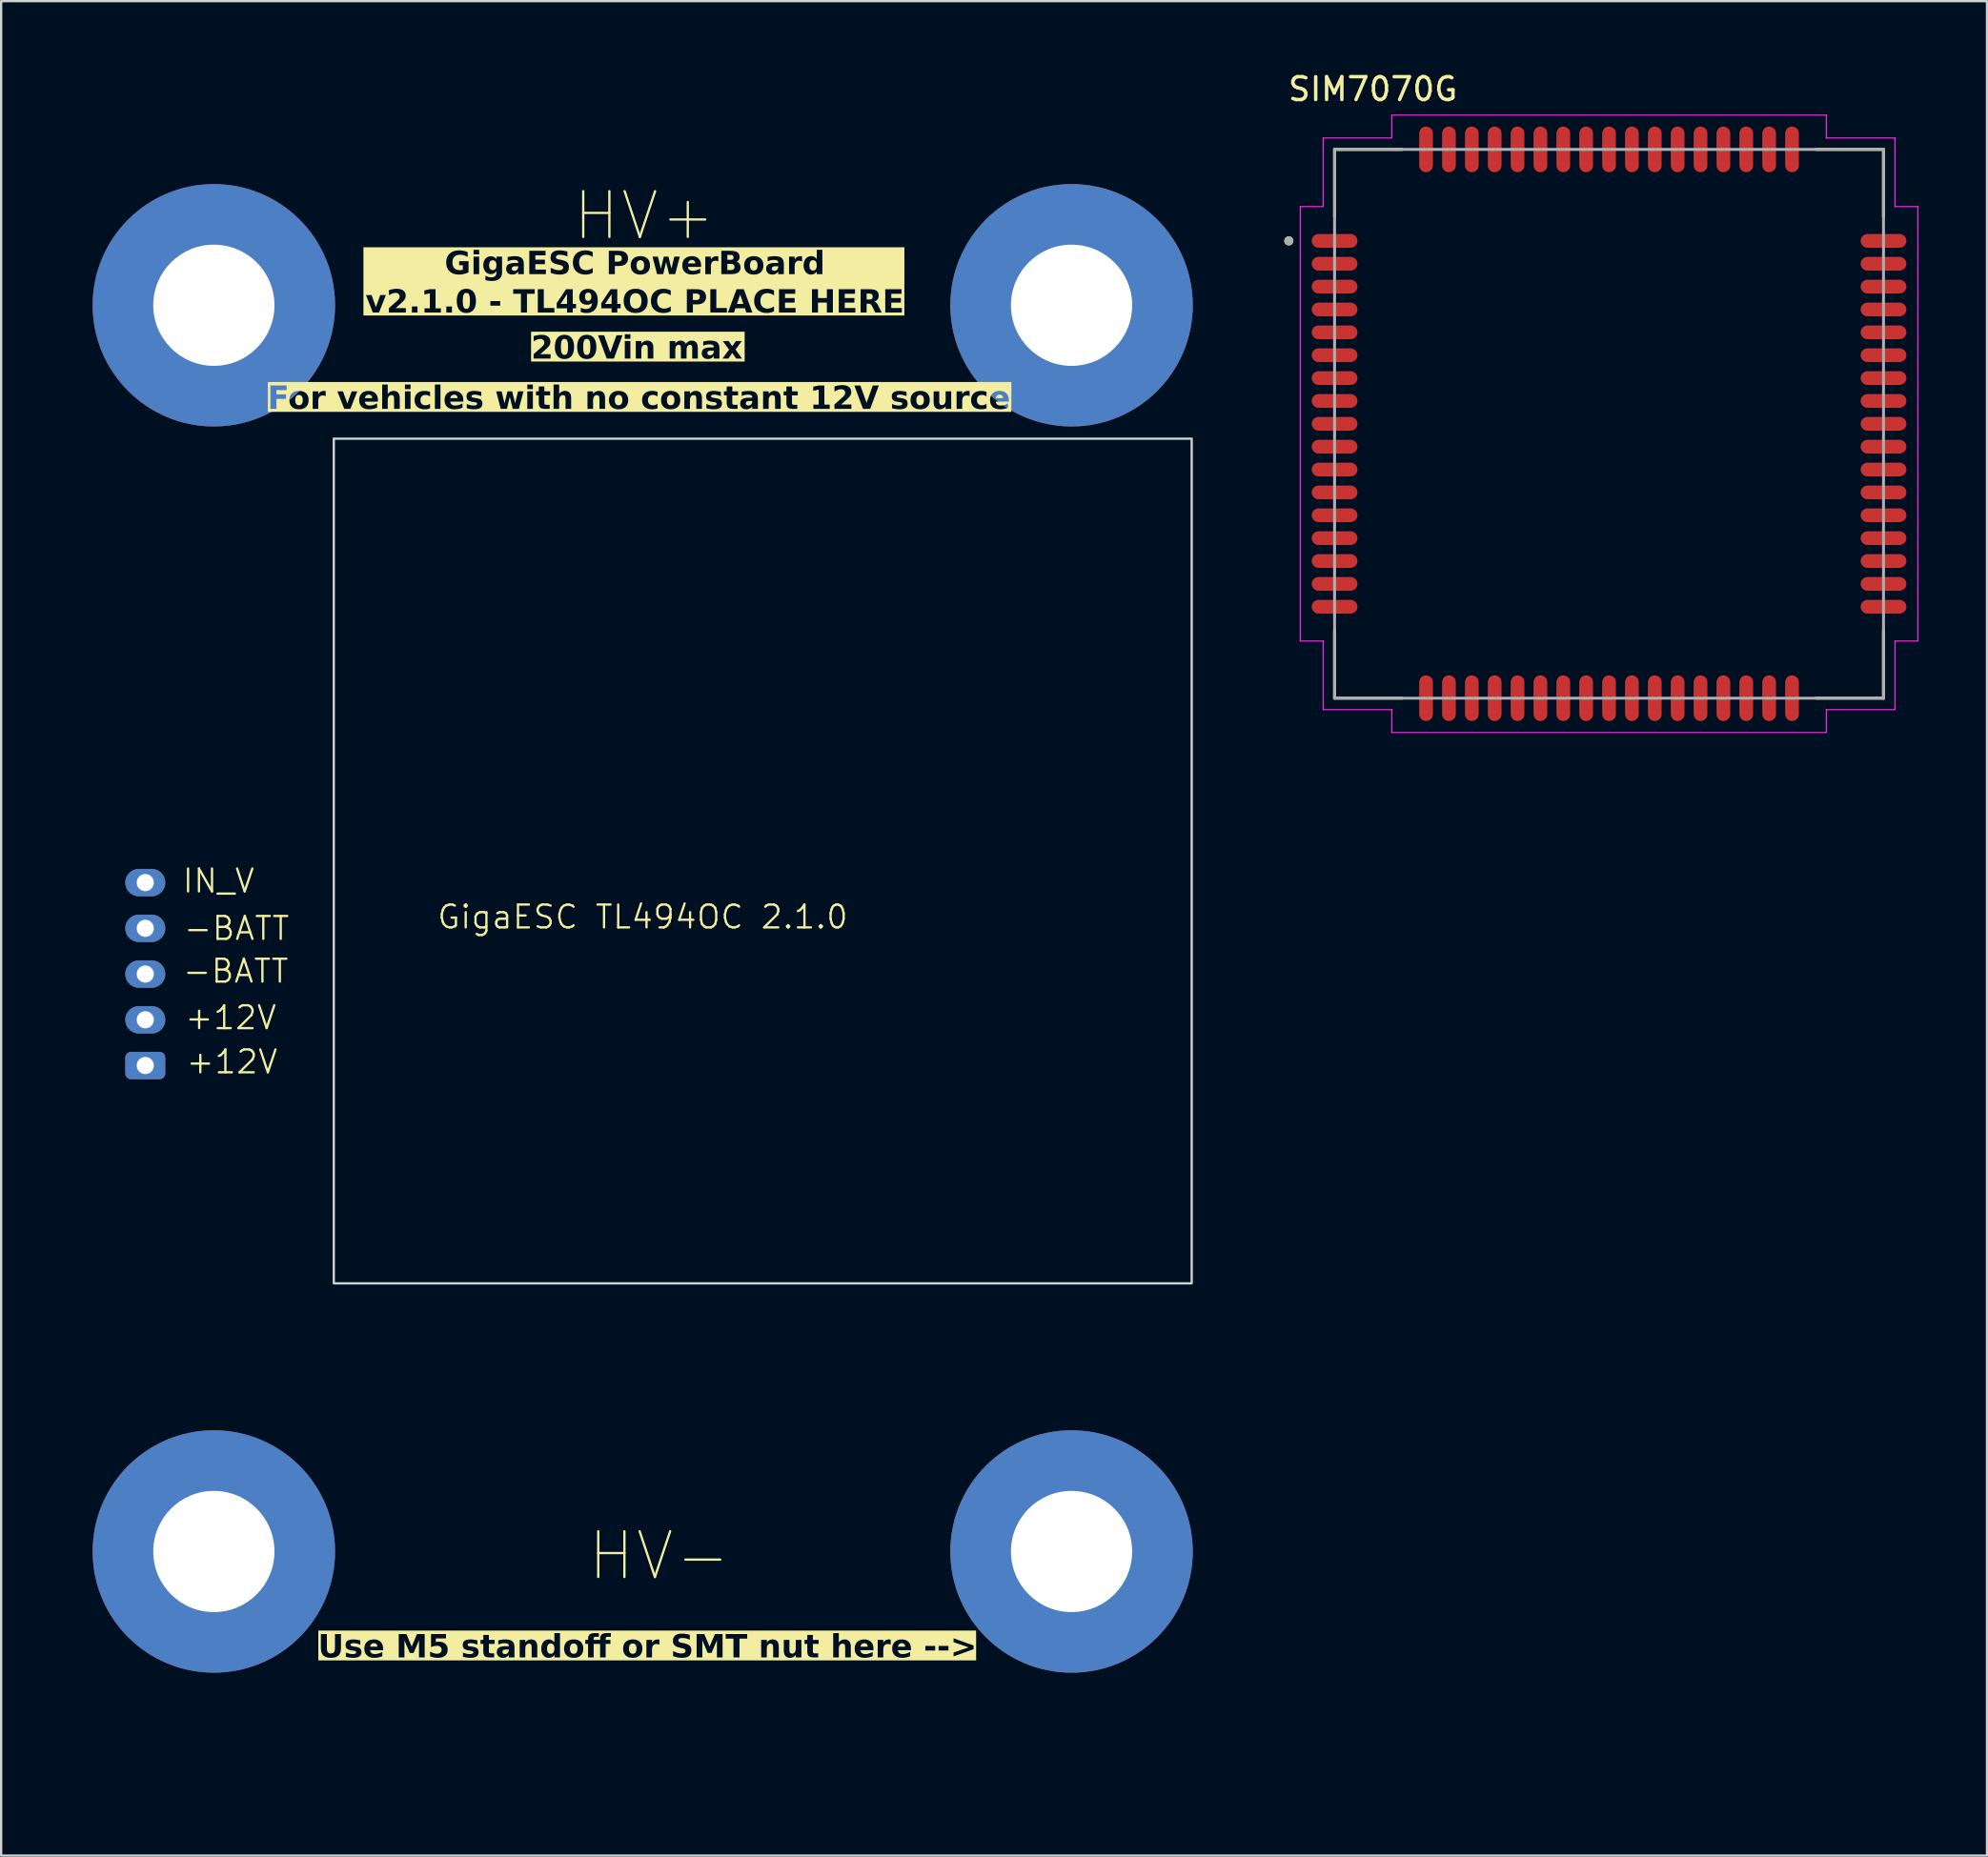
<source format=kicad_pcb>
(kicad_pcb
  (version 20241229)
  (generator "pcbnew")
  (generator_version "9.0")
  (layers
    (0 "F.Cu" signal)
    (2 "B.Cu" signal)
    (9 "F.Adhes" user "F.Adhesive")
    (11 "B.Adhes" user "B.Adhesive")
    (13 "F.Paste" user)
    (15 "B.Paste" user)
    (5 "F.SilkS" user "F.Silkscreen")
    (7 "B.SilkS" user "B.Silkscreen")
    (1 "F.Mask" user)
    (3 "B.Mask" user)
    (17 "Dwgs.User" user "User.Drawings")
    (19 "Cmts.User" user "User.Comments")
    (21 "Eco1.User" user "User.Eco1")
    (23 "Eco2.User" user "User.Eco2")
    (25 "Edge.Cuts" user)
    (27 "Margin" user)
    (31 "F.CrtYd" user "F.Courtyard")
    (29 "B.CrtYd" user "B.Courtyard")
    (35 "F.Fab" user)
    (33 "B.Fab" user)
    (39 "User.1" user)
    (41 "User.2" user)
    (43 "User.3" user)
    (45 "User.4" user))
  (footprint "GigaESC TL494OC 2.1.0"
    (layer "F.Cu")
    (at 25.05 37.55)
    (property "Reference" "GigaESC TL494OC 2.1.0" (at 0 -0.5 0) (unlocked yes) (layer "F.SilkS") (effects (font (size 1 1) (thickness 0.1))))
    (attr smd)
    (fp_rect (start -13.506 -21.417) (end 24.003 15.523) (stroke (width 0.1) (type solid)) (fill no) (layer "Edge.Cuts"))
    (fp_rect (start -25 -37.5) (end 25 37.5) (stroke (width 0.1) (type solid)) (fill no) (layer "User.4"))
    (fp_text user "-BATT" (at -20.169 2.453 0) (unlocked yes) (layer "F.SilkS") (effects (font (size 1 1) (thickness 0.1)) (justify left bottom)))
    (fp_text user "GigaESC PowerBoard\nv2.1.0 - TL494OC PLACE HERE" (at -0.344 -26.762 0) (unlocked yes) (layer "F.SilkS" knockout) (effects (font (face "Century Gothic") (size 1 1) (thickness 0.2) (bold yes)) (justify bottom)))
    (fp_text user "+12V" (at -20.078 4.489 0) (unlocked yes) (layer "F.SilkS") (effects (font (size 1 1) (thickness 0.1)) (justify left bottom)))
    (fp_text user "+12V" (at -20.026 6.421 0) (unlocked yes) (layer "F.SilkS") (effects (font (size 1 1) (thickness 0.1)) (justify left bottom)))
    (fp_text user "IN_V" (at -20.182 -1.49 0) (unlocked yes) (layer "F.SilkS") (effects (font (size 1 1) (thickness 0.1)) (justify left bottom)))
    (fp_text user "HV+" (at -3.142 -29.99 0) (unlocked yes) (layer "F.SilkS") (effects (font (size 2 2) (thickness 0.1)) (justify left bottom)))
    (fp_text user "Use M5 standoff or SMT nut here -->" (at 0.208 32.051 0) (unlocked yes) (layer "F.SilkS" knockout) (effects (font (face "Century Gothic") (size 1 1) (thickness 0.2) (bold yes)) (justify bottom)))
    (fp_text user "200Vin max" (at -0.256 -24.749 0) (unlocked yes) (layer "F.SilkS" knockout) (effects (font (face "Century Gothic") (size 1 1) (thickness 0.2) (bold yes)) (justify bottom)))
    (fp_text user "-BATT" (at -20.13 0.585 0) (unlocked yes) (layer "F.SilkS") (effects (font (size 1 1) (thickness 0.1)) (justify left bottom)))
    (fp_text user "HV-" (at -2.485 28.615 0) (unlocked yes) (layer "F.SilkS") (effects (font (size 2 2) (thickness 0.1)) (justify left bottom)))
    (fp_text user "For vehicles with no constant 12V source" (at -0.166 -22.55 0) (unlocked yes) (layer "F.SilkS" knockout) (effects (font (face "Century Gothic") (size 1 1) (thickness 0.2) (bold yes)) (justify bottom)))
    (pad "1" thru_hole roundrect (at -21.748 5.998 270) (size 1.2 1.75) (drill 0.75) (layers "*.Cu" "*.Mask") (roundrect_rratio 0.208))
    (pad "1" thru_hole oval (at -21.748 3.998 270) (size 1.2 1.75) (drill 0.75) (layers "*.Cu" "*.Mask"))
    (pad "2" thru_hole circle (at -18.75 -27.25) (size 10.6 10.6) (drill 5.3) (layers "*.Cu" "*.Mask"))
    (pad "2" thru_hole circle (at 18.75 -27.25) (size 10.6 10.6) (drill 5.3) (layers "*.Cu" "*.Mask"))
    (pad "3" thru_hole oval (at -21.748 -0.002 270) (size 1.2 1.75) (drill 0.75) (layers "*.Cu" "*.Mask"))
    (pad "3" thru_hole oval (at -21.748 1.998 270) (size 1.2 1.75) (drill 0.75) (layers "*.Cu" "*.Mask"))
    (pad "3" thru_hole circle (at -18.75 27.25 180) (size 10.6 10.6) (drill 5.3) (layers "*.Cu" "*.Mask"))
    (pad "3" thru_hole circle (at 18.75 27.25 180) (size 10.6 10.6) (drill 5.3) (layers "*.Cu" "*.Mask"))
    (pad "5" thru_hole oval (at -21.748 -2.002 270) (size 1.2 1.75) (drill 0.75) (layers "*.Cu" "*.Mask")))
  (footprint "SIM7070G"
    (layer "F.Cu")
    (at 67.3 15.483)
    (property "Reference" "SIM7070G" (at -10.325 -14.635 0) (layer "F.SilkS") (effects (font (size 1 1) (thickness 0.15))))
    (attr smd)
    (fp_line (start -12 -12) (end -9.05 -12) (stroke (width 0.127) (type solid)) (layer "F.SilkS"))
    (fp_line (start -12 -9.05) (end -12 -12) (stroke (width 0.127) (type solid)) (layer "F.SilkS"))
    (fp_line (start -12 9.05) (end -12 12) (stroke (width 0.127) (type solid)) (layer "F.SilkS"))
    (fp_line (start -12 12) (end -9.05 12) (stroke (width 0.127) (type solid)) (layer "F.SilkS"))
    (fp_line (start 9.05 -12) (end 12 -12) (stroke (width 0.127) (type solid)) (layer "F.SilkS"))
    (fp_line (start 12 -12) (end 12 -9.05) (stroke (width 0.127) (type solid)) (layer "F.SilkS"))
    (fp_line (start 12 9.05) (end 12 12) (stroke (width 0.127) (type solid)) (layer "F.SilkS"))
    (fp_line (start 12 12) (end 9.05 12) (stroke (width 0.127) (type solid)) (layer "F.SilkS"))
    (fp_circle (center -14 -8) (end -13.9 -8) (stroke (width 0.2) (type solid)) (fill no) (layer "F.SilkS"))
    (fp_line (start -13.5 -9.5) (end -12.5 -9.5) (stroke (width 0.05) (type solid)) (layer "F.CrtYd"))
    (fp_line (start -13.5 9.5) (end -13.5 -9.5) (stroke (width 0.05) (type solid)) (layer "F.CrtYd"))
    (fp_line (start -12.5 -12.5) (end -9.5 -12.5) (stroke (width 0.05) (type solid)) (layer "F.CrtYd"))
    (fp_line (start -12.5 -9.5) (end -12.5 -12.5) (stroke (width 0.05) (type solid)) (layer "F.CrtYd"))
    (fp_line (start -12.5 9.5) (end -13.5 9.5) (stroke (width 0.05) (type solid)) (layer "F.CrtYd"))
    (fp_line (start -12.5 12.5) (end -12.5 9.5) (stroke (width 0.05) (type solid)) (layer "F.CrtYd"))
    (fp_line (start -9.5 -13.5) (end 9.5 -13.5) (stroke (width 0.05) (type solid)) (layer "F.CrtYd"))
    (fp_line (start -9.5 -12.5) (end -9.5 -13.5) (stroke (width 0.05) (type solid)) (layer "F.CrtYd"))
    (fp_line (start -9.5 12.5) (end -12.5 12.5) (stroke (width 0.05) (type solid)) (layer "F.CrtYd"))
    (fp_line (start -9.5 13.5) (end -9.5 12.5) (stroke (width 0.05) (type solid)) (layer "F.CrtYd"))
    (fp_line (start 9.5 -13.5) (end 9.5 -12.5) (stroke (width 0.05) (type solid)) (layer "F.CrtYd"))
    (fp_line (start 9.5 -12.5) (end 12.5 -12.5) (stroke (width 0.05) (type solid)) (layer "F.CrtYd"))
    (fp_line (start 9.5 12.5) (end 9.5 13.5) (stroke (width 0.05) (type solid)) (layer "F.CrtYd"))
    (fp_line (start 9.5 13.5) (end -9.5 13.5) (stroke (width 0.05) (type solid)) (layer "F.CrtYd"))
    (fp_line (start 12.5 -12.5) (end 12.5 -9.5) (stroke (width 0.05) (type solid)) (layer "F.CrtYd"))
    (fp_line (start 12.5 -9.5) (end 13.5 -9.5) (stroke (width 0.05) (type solid)) (layer "F.CrtYd"))
    (fp_line (start 12.5 9.5) (end 12.5 12.5) (stroke (width 0.05) (type solid)) (layer "F.CrtYd"))
    (fp_line (start 12.5 12.5) (end 9.5 12.5) (stroke (width 0.05) (type solid)) (layer "F.CrtYd"))
    (fp_line (start 13.5 -9.5) (end 13.5 9.5) (stroke (width 0.05) (type solid)) (layer "F.CrtYd"))
    (fp_line (start 13.5 9.5) (end 12.5 9.5) (stroke (width 0.05) (type solid)) (layer "F.CrtYd"))
    (fp_line (start -12 -12) (end 12 -12) (stroke (width 0.127) (type solid)) (layer "F.Fab"))
    (fp_line (start -12 12) (end -12 -12) (stroke (width 0.127) (type solid)) (layer "F.Fab"))
    (fp_line (start 12 -12) (end 12 12) (stroke (width 0.127) (type solid)) (layer "F.Fab"))
    (fp_line (start 12 12) (end -12 12) (stroke (width 0.127) (type solid)) (layer "F.Fab"))
    (fp_circle (center -14 -8) (end -13.9 -8) (stroke (width 0.2) (type solid)) (fill no) (layer "F.Fab"))
    (pad "1" smd oval (at -12 -8) (size 2 0.6) (layers "F.Cu" "F.Mask" "F.Paste"))
    (pad "2" smd oval (at -12 -7) (size 2 0.6) (layers "F.Cu" "F.Mask" "F.Paste"))
    (pad "3" smd oval (at -12 -6) (size 2 0.6) (layers "F.Cu" "F.Mask" "F.Paste"))
    (pad "4" smd oval (at -12 -5) (size 2 0.6) (layers "F.Cu" "F.Mask" "F.Paste"))
    (pad "5" smd oval (at -12 -4) (size 2 0.6) (layers "F.Cu" "F.Mask" "F.Paste"))
    (pad "6" smd oval (at -12 -3) (size 2 0.6) (layers "F.Cu" "F.Mask" "F.Paste"))
    (pad "7" smd oval (at -12 -2) (size 2 0.6) (layers "F.Cu" "F.Mask" "F.Paste"))
    (pad "8" smd oval (at -12 -1) (size 2 0.6) (layers "F.Cu" "F.Mask" "F.Paste"))
    (pad "9" smd oval (at -12 0) (size 2 0.6) (layers "F.Cu" "F.Mask" "F.Paste"))
    (pad "10" smd oval (at -12 1) (size 2 0.6) (layers "F.Cu" "F.Mask" "F.Paste"))
    (pad "11" smd oval (at -12 2) (size 2 0.6) (layers "F.Cu" "F.Mask" "F.Paste"))
    (pad "12" smd oval (at -12 3) (size 2 0.6) (layers "F.Cu" "F.Mask" "F.Paste"))
    (pad "13" smd oval (at -12 4) (size 2 0.6) (layers "F.Cu" "F.Mask" "F.Paste"))
    (pad "14" smd oval (at -12 5) (size 2 0.6) (layers "F.Cu" "F.Mask" "F.Paste"))
    (pad "15" smd oval (at -12 6) (size 2 0.6) (layers "F.Cu" "F.Mask" "F.Paste"))
    (pad "16" smd oval (at -12 7) (size 2 0.6) (layers "F.Cu" "F.Mask" "F.Paste"))
    (pad "17" smd oval (at -12 8) (size 2 0.6) (layers "F.Cu" "F.Mask" "F.Paste"))
    (pad "18" smd oval (at -8 12) (size 0.6 2) (layers "F.Cu" "F.Mask" "F.Paste"))
    (pad "19" smd oval (at -7 12) (size 0.6 2) (layers "F.Cu" "F.Mask" "F.Paste"))
    (pad "20" smd oval (at -6 12) (size 0.6 2) (layers "F.Cu" "F.Mask" "F.Paste"))
    (pad "21" smd oval (at -5 12) (size 0.6 2) (layers "F.Cu" "F.Mask" "F.Paste"))
    (pad "22" smd oval (at -4 12) (size 0.6 2) (layers "F.Cu" "F.Mask" "F.Paste"))
    (pad "23" smd oval (at -3 12) (size 0.6 2) (layers "F.Cu" "F.Mask" "F.Paste"))
    (pad "24" smd oval (at -2 12) (size 0.6 2) (layers "F.Cu" "F.Mask" "F.Paste"))
    (pad "25" smd oval (at -1 12) (size 0.6 2) (layers "F.Cu" "F.Mask" "F.Paste"))
    (pad "26" smd oval (at 0 12) (size 0.6 2) (layers "F.Cu" "F.Mask" "F.Paste"))
    (pad "27" smd oval (at 1 12) (size 0.6 2) (layers "F.Cu" "F.Mask" "F.Paste"))
    (pad "28" smd oval (at 2 12) (size 0.6 2) (layers "F.Cu" "F.Mask" "F.Paste"))
    (pad "29" smd oval (at 3 12) (size 0.6 2) (layers "F.Cu" "F.Mask" "F.Paste"))
    (pad "30" smd oval (at 4 12) (size 0.6 2) (layers "F.Cu" "F.Mask" "F.Paste"))
    (pad "31" smd oval (at 5 12) (size 0.6 2) (layers "F.Cu" "F.Mask" "F.Paste"))
    (pad "32" smd oval (at 6 12) (size 0.6 2) (layers "F.Cu" "F.Mask" "F.Paste"))
    (pad "33" smd oval (at 7 12) (size 0.6 2) (layers "F.Cu" "F.Mask" "F.Paste"))
    (pad "34" smd oval (at 8 12) (size 0.6 2) (layers "F.Cu" "F.Mask" "F.Paste"))
    (pad "35" smd oval (at 12 8) (size 2 0.6) (layers "F.Cu" "F.Mask" "F.Paste"))
    (pad "36" smd oval (at 12 7) (size 2 0.6) (layers "F.Cu" "F.Mask" "F.Paste"))
    (pad "37" smd oval (at 12 6) (size 2 0.6) (layers "F.Cu" "F.Mask" "F.Paste"))
    (pad "38" smd oval (at 12 5) (size 2 0.6) (layers "F.Cu" "F.Mask" "F.Paste"))
    (pad "39" smd oval (at 12 4) (size 2 0.6) (layers "F.Cu" "F.Mask" "F.Paste"))
    (pad "40" smd oval (at 12 3) (size 2 0.6) (layers "F.Cu" "F.Mask" "F.Paste"))
    (pad "41" smd oval (at 12 2) (size 2 0.6) (layers "F.Cu" "F.Mask" "F.Paste"))
    (pad "42" smd oval (at 12 1) (size 2 0.6) (layers "F.Cu" "F.Mask" "F.Paste"))
    (pad "43" smd oval (at 12 0) (size 2 0.6) (layers "F.Cu" "F.Mask" "F.Paste"))
    (pad "44" smd oval (at 12 -1) (size 2 0.6) (layers "F.Cu" "F.Mask" "F.Paste"))
    (pad "45" smd oval (at 12 -2) (size 2 0.6) (layers "F.Cu" "F.Mask" "F.Paste"))
    (pad "46" smd oval (at 12 -3) (size 2 0.6) (layers "F.Cu" "F.Mask" "F.Paste"))
    (pad "47" smd oval (at 12 -4) (size 2 0.6) (layers "F.Cu" "F.Mask" "F.Paste"))
    (pad "48" smd oval (at 12 -5) (size 2 0.6) (layers "F.Cu" "F.Mask" "F.Paste"))
    (pad "49" smd oval (at 12 -6) (size 2 0.6) (layers "F.Cu" "F.Mask" "F.Paste"))
    (pad "50" smd oval (at 12 -7) (size 2 0.6) (layers "F.Cu" "F.Mask" "F.Paste"))
    (pad "51" smd oval (at 12 -8) (size 2 0.6) (layers "F.Cu" "F.Mask" "F.Paste"))
    (pad "52" smd oval (at 8 -12) (size 0.6 2) (layers "F.Cu" "F.Mask" "F.Paste"))
    (pad "53" smd oval (at 7 -12) (size 0.6 2) (layers "F.Cu" "F.Mask" "F.Paste"))
    (pad "54" smd oval (at 6 -12) (size 0.6 2) (layers "F.Cu" "F.Mask" "F.Paste"))
    (pad "55" smd oval (at 5 -12) (size 0.6 2) (layers "F.Cu" "F.Mask" "F.Paste"))
    (pad "56" smd oval (at 4 -12) (size 0.6 2) (layers "F.Cu" "F.Mask" "F.Paste"))
    (pad "57" smd oval (at 3 -12) (size 0.6 2) (layers "F.Cu" "F.Mask" "F.Paste"))
    (pad "58" smd oval (at 2 -12) (size 0.6 2) (layers "F.Cu" "F.Mask" "F.Paste"))
    (pad "59" smd oval (at 1 -12) (size 0.6 2) (layers "F.Cu" "F.Mask" "F.Paste"))
    (pad "60" smd oval (at 0 -12) (size 0.6 2) (layers "F.Cu" "F.Mask" "F.Paste"))
    (pad "61" smd oval (at -1 -12) (size 0.6 2) (layers "F.Cu" "F.Mask" "F.Paste"))
    (pad "62" smd oval (at -2 -12) (size 0.6 2) (layers "F.Cu" "F.Mask" "F.Paste"))
    (pad "63" smd oval (at -3 -12) (size 0.6 2) (layers "F.Cu" "F.Mask" "F.Paste"))
    (pad "64" smd oval (at -4 -12) (size 0.6 2) (layers "F.Cu" "F.Mask" "F.Paste"))
    (pad "65" smd oval (at -5 -12) (size 0.6 2) (layers "F.Cu" "F.Mask" "F.Paste"))
    (pad "66" smd oval (at -6 -12) (size 0.6 2) (layers "F.Cu" "F.Mask" "F.Paste"))
    (pad "67" smd oval (at -7 -12) (size 0.6 2) (layers "F.Cu" "F.Mask" "F.Paste"))
    (pad "68" smd oval (at -8 -12) (size 0.6 2) (layers "F.Cu" "F.Mask" "F.Paste"))
    (zone (net_name "") (layer "F.Cu") (hatch full 0.508) (connect_pads) (min_thickness 0.01) (filled_areas_thickness no) (keepout (tracks not_allowed) (vias not_allowed) (pads not_allowed) (copperpour not_allowed) (footprints allowed)) (placement (enabled no)) (fill) (polygon (pts (xy 56.4 6.283) (xy 58.8 6.283) (xy 58.8 8.683) (xy 56.4 8.683))))
    (zone (net_name "") (layer "F.Cu") (hatch full 0.508) (connect_pads) (min_thickness 0.01) (filled_areas_thickness no) (keepout (tracks not_allowed) (vias not_allowed) (pads not_allowed) (copperpour not_allowed) (footprints allowed)) (placement (enabled no)) (fill) (polygon (pts (xy 68.6 17.383) (xy 71 17.383) (xy 71 19.783) (xy 68.6 19.783))))
    (zone (net_name "") (layers "F.Cu" "B.Cu") (hatch full 0.508) (connect_pads) (min_thickness 0.01) (filled_areas_thickness no) (keepout (tracks allowed) (vias not_allowed) (pads allowed) (copperpour allowed) (footprints allowed)) (placement (enabled no)) (fill) (polygon (pts (xy 56.4 6.283) (xy 58.8 6.283) (xy 58.8 8.683) (xy 56.4 8.683))))
    (zone (net_name "") (layers "F.Cu" "B.Cu") (hatch full 0.508) (connect_pads) (min_thickness 0.01) (filled_areas_thickness no) (keepout (tracks allowed) (vias not_allowed) (pads allowed) (copperpour allowed) (footprints allowed)) (placement (enabled no)) (fill) (polygon (pts (xy 68.6 17.383) (xy 71 17.383) (xy 71 19.783) (xy 68.6 19.783)))))
  (gr_rect
    (start -3 -3)
    (end 83.825 78.1)
    (stroke (width 0.1) (type default))
    (fill no)
    (layer "Edge.Cuts")))
</source>
